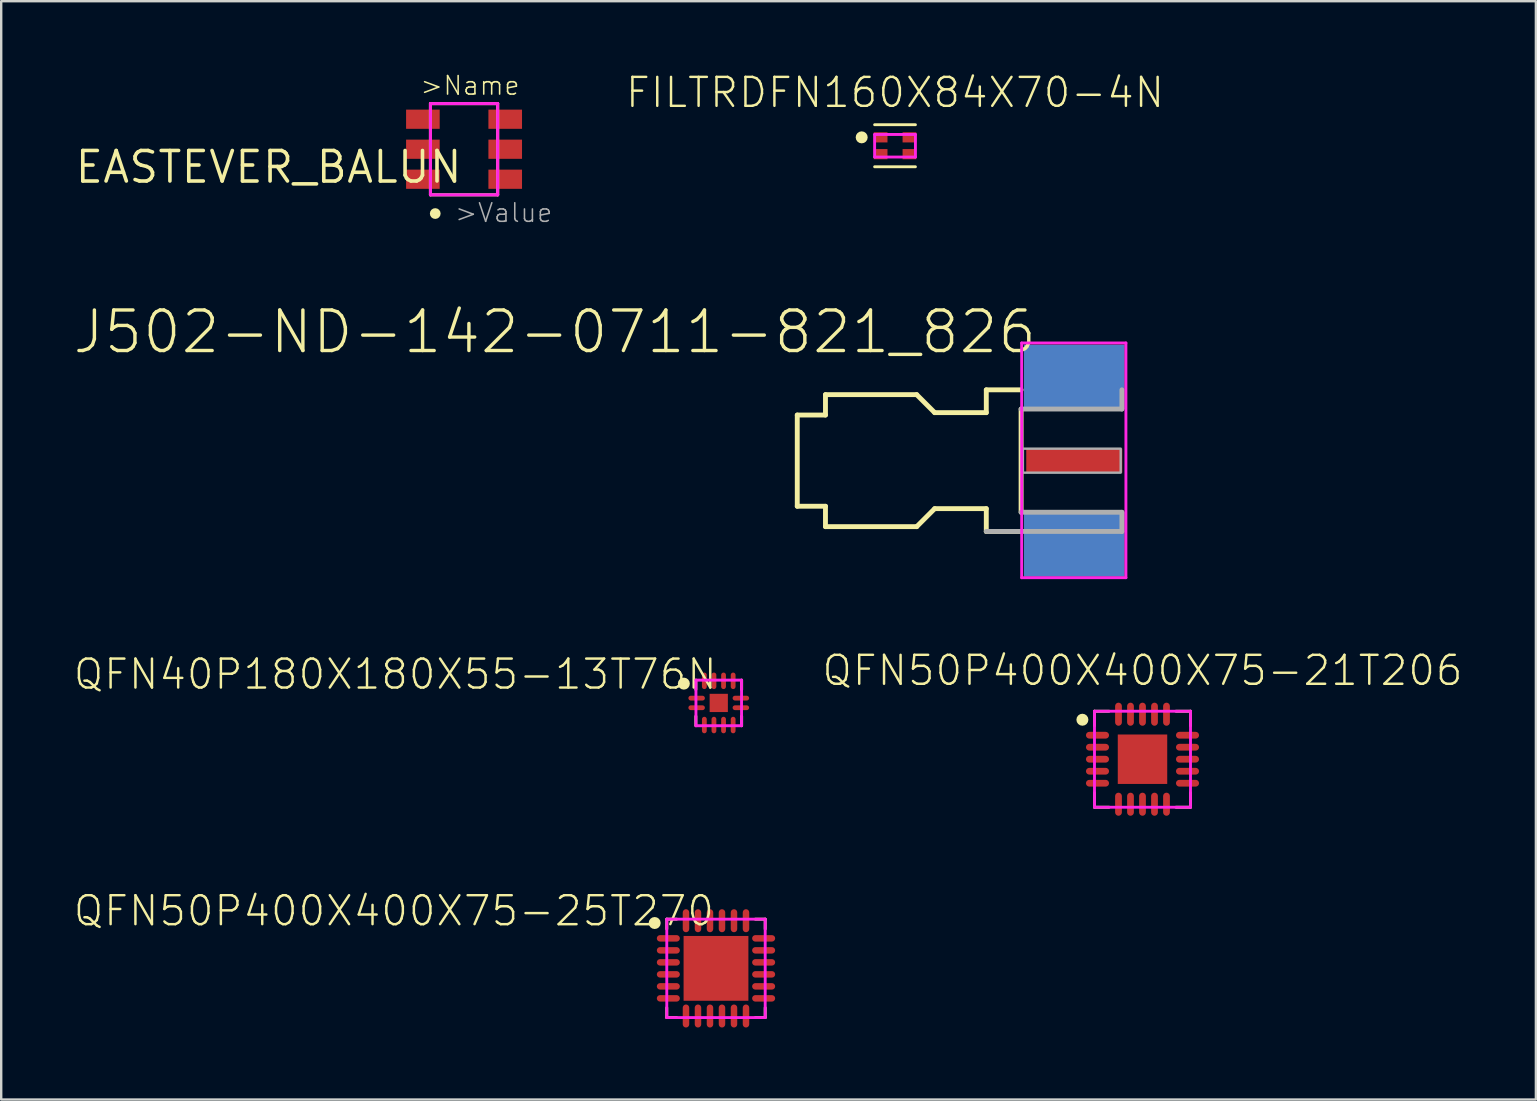
<source format=kicad_pcb>
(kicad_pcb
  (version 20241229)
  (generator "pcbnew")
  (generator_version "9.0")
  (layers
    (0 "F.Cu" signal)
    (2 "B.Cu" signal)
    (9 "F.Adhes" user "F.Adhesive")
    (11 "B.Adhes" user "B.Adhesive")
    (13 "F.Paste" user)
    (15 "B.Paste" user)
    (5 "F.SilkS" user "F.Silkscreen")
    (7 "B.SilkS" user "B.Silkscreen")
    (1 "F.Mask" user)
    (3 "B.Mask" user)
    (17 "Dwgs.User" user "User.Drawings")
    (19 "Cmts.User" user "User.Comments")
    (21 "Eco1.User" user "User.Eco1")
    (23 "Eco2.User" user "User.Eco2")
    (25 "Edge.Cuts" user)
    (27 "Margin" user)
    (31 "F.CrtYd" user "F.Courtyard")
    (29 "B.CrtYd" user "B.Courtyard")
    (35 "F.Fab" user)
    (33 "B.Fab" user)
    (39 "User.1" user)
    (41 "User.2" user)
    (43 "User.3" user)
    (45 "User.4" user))
  (footprint "QFN50P400X400X75-21T206"
    (layer "F.Cu")
    (at 44.548 28.58)
    (property "Reference" "QFN50P400X400X75-21T206" (at 0 -2.991 0) (layer "F.SilkS") (effects (font (size 1.206 1.206) (thickness 0.102)) (justify bottom)))
    (attr through_hole)
    (fp_line (start -2 -2) (end -1.395 -2) (stroke (width 0.12) (type solid)) (layer "F.SilkS"))
    (fp_line (start -2 -1.395) (end -2 -2) (stroke (width 0.12) (type solid)) (layer "F.SilkS"))
    (fp_line (start -2 1.395) (end -2 2) (stroke (width 0.12) (type solid)) (layer "F.SilkS"))
    (fp_line (start -2 2) (end -1.395 2) (stroke (width 0.12) (type solid)) (layer "F.SilkS"))
    (fp_line (start 2 -2) (end 1.395 -2) (stroke (width 0.12) (type solid)) (layer "F.SilkS"))
    (fp_line (start 2 -1.395) (end 2 -2) (stroke (width 0.12) (type solid)) (layer "F.SilkS"))
    (fp_line (start 2 1.395) (end 2 2) (stroke (width 0.12) (type solid)) (layer "F.SilkS"))
    (fp_line (start 2 2) (end 1.395 2) (stroke (width 0.12) (type solid)) (layer "F.SilkS"))
    (fp_circle (center -2.504 -1.645) (end -2.379 -1.645) (stroke (width 0.25) (type solid)) (fill no) (layer "F.SilkS"))
    (fp_line (start -2 -2) (end 2 -2) (stroke (width 0.12) (type solid)) (layer "F.CrtYd"))
    (fp_line (start -2 2) (end -2 -2) (stroke (width 0.12) (type solid)) (layer "F.CrtYd"))
    (fp_line (start 2 -2) (end 2 2) (stroke (width 0.12) (type solid)) (layer "F.CrtYd"))
    (fp_line (start 2 2) (end -2 2) (stroke (width 0.12) (type solid)) (layer "F.CrtYd"))
    (pad "1" smd roundrect (at -1.875 -1) (size 0.962 0.282) (layers "F.Cu" "F.Mask" "F.Paste") (roundrect_rratio 0.5))
    (pad "2" smd roundrect (at -1.875 -0.5) (size 0.962 0.282) (layers "F.Cu" "F.Mask" "F.Paste") (roundrect_rratio 0.5))
    (pad "3" smd roundrect (at -1.875 0) (size 0.962 0.282) (layers "F.Cu" "F.Mask" "F.Paste") (roundrect_rratio 0.5))
    (pad "4" smd roundrect (at -1.875 0.5) (size 0.962 0.282) (layers "F.Cu" "F.Mask" "F.Paste") (roundrect_rratio 0.5))
    (pad "5" smd roundrect (at -1.875 1) (size 0.962 0.282) (layers "F.Cu" "F.Mask" "F.Paste") (roundrect_rratio 0.5))
    (pad "6" smd roundrect (at -1 1.875 90) (size 0.962 0.282) (layers "F.Cu" "F.Mask" "F.Paste") (roundrect_rratio 0.5))
    (pad "7" smd roundrect (at -0.5 1.875 90) (size 0.962 0.282) (layers "F.Cu" "F.Mask" "F.Paste") (roundrect_rratio 0.5))
    (pad "8" smd roundrect (at 0 1.875 90) (size 0.962 0.282) (layers "F.Cu" "F.Mask" "F.Paste") (roundrect_rratio 0.5))
    (pad "9" smd roundrect (at 0.5 1.875 90) (size 0.962 0.282) (layers "F.Cu" "F.Mask" "F.Paste") (roundrect_rratio 0.5))
    (pad "10" smd roundrect (at 1 1.875 90) (size 0.962 0.282) (layers "F.Cu" "F.Mask" "F.Paste") (roundrect_rratio 0.5))
    (pad "11" smd roundrect (at 1.875 1) (size 0.962 0.282) (layers "F.Cu" "F.Mask" "F.Paste") (roundrect_rratio 0.5))
    (pad "12" smd roundrect (at 1.875 0.5) (size 0.962 0.282) (layers "F.Cu" "F.Mask" "F.Paste") (roundrect_rratio 0.5))
    (pad "13" smd roundrect (at 1.875 0) (size 0.962 0.282) (layers "F.Cu" "F.Mask" "F.Paste") (roundrect_rratio 0.5))
    (pad "14" smd roundrect (at 1.875 -0.5) (size 0.962 0.282) (layers "F.Cu" "F.Mask" "F.Paste") (roundrect_rratio 0.5))
    (pad "15" smd roundrect (at 1.875 -1) (size 0.962 0.282) (layers "F.Cu" "F.Mask" "F.Paste") (roundrect_rratio 0.5))
    (pad "16" smd roundrect (at 1 -1.875 90) (size 0.962 0.282) (layers "F.Cu" "F.Mask" "F.Paste") (roundrect_rratio 0.5))
    (pad "17" smd roundrect (at 0.5 -1.875 90) (size 0.962 0.282) (layers "F.Cu" "F.Mask" "F.Paste") (roundrect_rratio 0.5))
    (pad "18" smd roundrect (at 0 -1.875 90) (size 0.962 0.282) (layers "F.Cu" "F.Mask" "F.Paste") (roundrect_rratio 0.5))
    (pad "19" smd roundrect (at -0.5 -1.875 90) (size 0.962 0.282) (layers "F.Cu" "F.Mask" "F.Paste") (roundrect_rratio 0.5))
    (pad "20" smd roundrect (at -1 -1.875 90) (size 0.962 0.282) (layers "F.Cu" "F.Mask" "F.Paste") (roundrect_rratio 0.5))
    (pad "21" smd rect (at 0 0) (size 2.06 2.06) (layers "F.Cu" "F.Mask" "F.Paste")))
  (footprint "FILTRDFN160X84X70-4N"
    (layer "F.Cu")
    (at 34.238 3.022)
    (property "Reference" "FILTRDFN160X84X70-4N" (at 0 -1.511 0) (layer "F.SilkS") (effects (font (size 1.206 1.206) (thickness 0.102)) (justify bottom)))
    (attr through_hole)
    (fp_line (start 0.85 -0.876) (end -0.85 -0.876) (stroke (width 0.12) (type solid)) (layer "F.SilkS"))
    (fp_line (start 0.85 0.876) (end -0.85 0.876) (stroke (width 0.12) (type solid)) (layer "F.SilkS"))
    (fp_circle (center -1.389 -0.35) (end -1.264 -0.35) (stroke (width 0.25) (type solid)) (fill no) (layer "F.SilkS"))
    (fp_line (start -0.85 -0.47) (end 0.85 -0.47) (stroke (width 0.12) (type solid)) (layer "F.CrtYd"))
    (fp_line (start -0.85 0.47) (end -0.85 -0.47) (stroke (width 0.12) (type solid)) (layer "F.CrtYd"))
    (fp_line (start 0.85 -0.47) (end 0.85 0.47) (stroke (width 0.12) (type solid)) (layer "F.CrtYd"))
    (fp_line (start 0.85 0.47) (end -0.85 0.47) (stroke (width 0.12) (type solid)) (layer "F.CrtYd"))
    (pad "1" smd rect (at -0.6 -0.35) (size 0.571 0.424) (layers "F.Cu" "F.Mask" "F.Paste"))
    (pad "2" smd rect (at -0.6 0.35) (size 0.571 0.424) (layers "F.Cu" "F.Mask" "F.Paste"))
    (pad "3" smd rect (at 0.6 0.35) (size 0.571 0.424) (layers "F.Cu" "F.Mask" "F.Paste"))
    (pad "4" smd rect (at 0.6 -0.35) (size 0.571 0.424) (layers "F.Cu" "F.Mask" "F.Paste")))
  (footprint "QFN50P400X400X75-25T270"
    (layer "F.Cu")
    (at 26.779 37.293)
    (property "Reference" "QFN50P400X400X75-25T270" (at 0 -3.1 0) (layer "F.SilkS") (effects (font (size 1.206 1.206) (thickness 0.102)) (justify right top)))
    (attr through_hole)
    (fp_line (start -2.05 -2.05) (end -1.639 -2.05) (stroke (width 0.12) (type solid)) (layer "F.SilkS"))
    (fp_line (start -2.05 -1.639) (end -2.05 -2.05) (stroke (width 0.12) (type solid)) (layer "F.SilkS"))
    (fp_line (start -2.05 1.639) (end -2.05 2.05) (stroke (width 0.12) (type solid)) (layer "F.SilkS"))
    (fp_line (start -2.05 2.05) (end -1.639 2.05) (stroke (width 0.12) (type solid)) (layer "F.SilkS"))
    (fp_line (start 2.05 -2.05) (end 1.639 -2.05) (stroke (width 0.12) (type solid)) (layer "F.SilkS"))
    (fp_line (start 2.05 -1.639) (end 2.05 -2.05) (stroke (width 0.12) (type solid)) (layer "F.SilkS"))
    (fp_line (start 2.05 1.639) (end 2.05 2.05) (stroke (width 0.12) (type solid)) (layer "F.SilkS"))
    (fp_line (start 2.05 2.05) (end 1.639 2.05) (stroke (width 0.12) (type solid)) (layer "F.SilkS"))
    (fp_circle (center -2.554 -1.889) (end -2.429 -1.889) (stroke (width 0.25) (type solid)) (fill no) (layer "F.SilkS"))
    (fp_line (start -2.05 -2.05) (end 2.05 -2.05) (stroke (width 0.12) (type solid)) (layer "F.CrtYd"))
    (fp_line (start -2.05 2.05) (end -2.05 -2.05) (stroke (width 0.12) (type solid)) (layer "F.CrtYd"))
    (fp_line (start 2.05 -2.05) (end 2.05 2.05) (stroke (width 0.12) (type solid)) (layer "F.CrtYd"))
    (fp_line (start 2.05 2.05) (end -2.05 2.05) (stroke (width 0.12) (type solid)) (layer "F.CrtYd"))
    (pad "1" smd roundrect (at -1.985 -1.25) (size 0.96 0.27) (layers "F.Cu" "F.Mask" "F.Paste") (roundrect_rratio 0.5))
    (pad "2" smd roundrect (at -1.985 -0.75) (size 0.96 0.27) (layers "F.Cu" "F.Mask" "F.Paste") (roundrect_rratio 0.5))
    (pad "3" smd roundrect (at -1.985 -0.25) (size 0.96 0.27) (layers "F.Cu" "F.Mask" "F.Paste") (roundrect_rratio 0.5))
    (pad "4" smd roundrect (at -1.985 0.25) (size 0.96 0.27) (layers "F.Cu" "F.Mask" "F.Paste") (roundrect_rratio 0.5))
    (pad "5" smd roundrect (at -1.985 0.75) (size 0.96 0.27) (layers "F.Cu" "F.Mask" "F.Paste") (roundrect_rratio 0.5))
    (pad "6" smd roundrect (at -1.985 1.25) (size 0.96 0.27) (layers "F.Cu" "F.Mask" "F.Paste") (roundrect_rratio 0.5))
    (pad "7" smd roundrect (at -1.25 1.985 90) (size 0.96 0.27) (layers "F.Cu" "F.Mask" "F.Paste") (roundrect_rratio 0.5))
    (pad "8" smd roundrect (at -0.75 1.985 90) (size 0.96 0.27) (layers "F.Cu" "F.Mask" "F.Paste") (roundrect_rratio 0.5))
    (pad "9" smd roundrect (at -0.25 1.985 90) (size 0.96 0.27) (layers "F.Cu" "F.Mask" "F.Paste") (roundrect_rratio 0.5))
    (pad "10" smd roundrect (at 0.25 1.985 90) (size 0.96 0.27) (layers "F.Cu" "F.Mask" "F.Paste") (roundrect_rratio 0.5))
    (pad "11" smd roundrect (at 0.75 1.985 90) (size 0.96 0.27) (layers "F.Cu" "F.Mask" "F.Paste") (roundrect_rratio 0.5))
    (pad "12" smd roundrect (at 1.25 1.985 90) (size 0.96 0.27) (layers "F.Cu" "F.Mask" "F.Paste") (roundrect_rratio 0.5))
    (pad "13" smd roundrect (at 1.985 1.25) (size 0.96 0.27) (layers "F.Cu" "F.Mask" "F.Paste") (roundrect_rratio 0.5))
    (pad "14" smd roundrect (at 1.985 0.75) (size 0.96 0.27) (layers "F.Cu" "F.Mask" "F.Paste") (roundrect_rratio 0.5))
    (pad "15" smd roundrect (at 1.985 0.25) (size 0.96 0.27) (layers "F.Cu" "F.Mask" "F.Paste") (roundrect_rratio 0.5))
    (pad "16" smd roundrect (at 1.985 -0.25) (size 0.96 0.27) (layers "F.Cu" "F.Mask" "F.Paste") (roundrect_rratio 0.5))
    (pad "17" smd roundrect (at 1.985 -0.75) (size 0.96 0.27) (layers "F.Cu" "F.Mask" "F.Paste") (roundrect_rratio 0.5))
    (pad "18" smd roundrect (at 1.985 -1.25) (size 0.96 0.27) (layers "F.Cu" "F.Mask" "F.Paste") (roundrect_rratio 0.5))
    (pad "19" smd roundrect (at 1.25 -1.985 90) (size 0.96 0.27) (layers "F.Cu" "F.Mask" "F.Paste") (roundrect_rratio 0.5))
    (pad "20" smd roundrect (at 0.75 -1.985 90) (size 0.96 0.27) (layers "F.Cu" "F.Mask" "F.Paste") (roundrect_rratio 0.5))
    (pad "21" smd roundrect (at 0.25 -1.985 90) (size 0.96 0.27) (layers "F.Cu" "F.Mask" "F.Paste") (roundrect_rratio 0.5))
    (pad "22" smd roundrect (at -0.25 -1.985 90) (size 0.96 0.27) (layers "F.Cu" "F.Mask" "F.Paste") (roundrect_rratio 0.5))
    (pad "23" smd roundrect (at -0.75 -1.985 90) (size 0.96 0.27) (layers "F.Cu" "F.Mask" "F.Paste") (roundrect_rratio 0.5))
    (pad "24" smd roundrect (at -1.25 -1.985 90) (size 0.96 0.27) (layers "F.Cu" "F.Mask" "F.Paste") (roundrect_rratio 0.5))
    (pad "25" smd rect (at 0 0) (size 2.7 2.7) (layers "F.Cu" "F.Mask" "F.Paste")))
  (footprint "QFN40P180X180X55-13T76N"
    (layer "F.Cu")
    (at 26.894 26.235)
    (property "Reference" "QFN40P180X180X55-13T76N" (at 0 -1.9 0) (layer "F.SilkS") (effects (font (size 1.206 1.206) (thickness 0.102)) (justify right top)))
    (attr smd)
    (fp_line (start -0.954 -0.95) (end -0.954 -0.554) (stroke (width 0.12) (type solid)) (layer "F.SilkS"))
    (fp_line (start -0.954 0.95) (end -0.954 0.554) (stroke (width 0.12) (type solid)) (layer "F.SilkS"))
    (fp_line (start 0.954 -0.95) (end 0.954 -0.554) (stroke (width 0.12) (type solid)) (layer "F.SilkS"))
    (fp_line (start 0.954 0.95) (end 0.954 0.554) (stroke (width 0.12) (type solid)) (layer "F.SilkS"))
    (fp_circle (center -1.454 -0.804) (end -1.329 -0.804) (stroke (width 0.25) (type solid)) (fill no) (layer "F.SilkS"))
    (fp_line (start -0.95 -0.95) (end 0.95 -0.95) (stroke (width 0.12) (type solid)) (layer "F.CrtYd"))
    (fp_line (start -0.95 0.95) (end -0.95 -0.95) (stroke (width 0.12) (type solid)) (layer "F.CrtYd"))
    (fp_line (start 0.95 -0.95) (end 0.95 0.95) (stroke (width 0.12) (type solid)) (layer "F.CrtYd"))
    (fp_line (start 0.95 0.95) (end -0.95 0.95) (stroke (width 0.12) (type solid)) (layer "F.CrtYd"))
    (pad "1" smd roundrect (at -0.921 -0.2) (size 0.688 0.2) (layers "F.Cu" "F.Mask" "F.Paste") (roundrect_rratio 0.5))
    (pad "2" smd roundrect (at -0.921 0.2) (size 0.688 0.2) (layers "F.Cu" "F.Mask" "F.Paste") (roundrect_rratio 0.5))
    (pad "3" smd roundrect (at -0.6 0.921 90) (size 0.688 0.2) (layers "F.Cu" "F.Mask" "F.Paste") (roundrect_rratio 0.5))
    (pad "4" smd roundrect (at -0.2 0.921 90) (size 0.688 0.2) (layers "F.Cu" "F.Mask" "F.Paste") (roundrect_rratio 0.5))
    (pad "5" smd roundrect (at 0.2 0.921 90) (size 0.688 0.2) (layers "F.Cu" "F.Mask" "F.Paste") (roundrect_rratio 0.5))
    (pad "6" smd roundrect (at 0.6 0.921 90) (size 0.688 0.2) (layers "F.Cu" "F.Mask" "F.Paste") (roundrect_rratio 0.5))
    (pad "7" smd roundrect (at 0.921 0.2) (size 0.688 0.2) (layers "F.Cu" "F.Mask" "F.Paste") (roundrect_rratio 0.5))
    (pad "8" smd roundrect (at 0.921 -0.2) (size 0.688 0.2) (layers "F.Cu" "F.Mask" "F.Paste") (roundrect_rratio 0.5))
    (pad "9" smd roundrect (at 0.6 -0.921 90) (size 0.688 0.2) (layers "F.Cu" "F.Mask" "F.Paste") (roundrect_rratio 0.5))
    (pad "10" smd roundrect (at 0.2 -0.921 90) (size 0.688 0.2) (layers "F.Cu" "F.Mask" "F.Paste") (roundrect_rratio 0.5))
    (pad "11" smd roundrect (at -0.2 -0.921 90) (size 0.688 0.2) (layers "F.Cu" "F.Mask" "F.Paste") (roundrect_rratio 0.5))
    (pad "12" smd roundrect (at -0.6 -0.921 90) (size 0.688 0.2) (layers "F.Cu" "F.Mask" "F.Paste") (roundrect_rratio 0.5))
    (pad "13" smd rect (at 0 0) (size 0.76 0.76) (layers "F.Cu" "F.Mask" "F.Paste")))
  (footprint "EASTEVER_BALUN"
    (layer "F.Cu")
    (at 16.283 3.167)
    (property "Reference" "EASTEVER_BALUN" (at 0 0 0) (layer "F.SilkS") (effects (font (size 1.27 1.27) (thickness 0.15)) (justify right top)))
    (attr through_hole)
    (fp_line (start -1.4 -1.9) (end 1.4 -1.9) (stroke (width 0.127) (type solid)) (layer "F.SilkS"))
    (fp_line (start -1.4 1.9) (end -1.4 -1.9) (stroke (width 0.127) (type solid)) (layer "F.SilkS"))
    (fp_line (start 1.4 -1.9) (end 1.4 1.9) (stroke (width 0.127) (type solid)) (layer "F.SilkS"))
    (fp_line (start 1.4 1.9) (end -1.4 1.9) (stroke (width 0.127) (type solid)) (layer "F.SilkS"))
    (fp_circle (center -1.2 2.68) (end -1.088 2.68) (stroke (width 0.224) (type solid)) (fill no) (layer "F.SilkS"))
    (fp_line (start -1.4 -1.9) (end 1.4 -1.9) (stroke (width 0.127) (type solid)) (layer "F.CrtYd"))
    (fp_line (start -1.4 1.9) (end -1.4 -1.9) (stroke (width 0.127) (type solid)) (layer "F.CrtYd"))
    (fp_line (start 1.4 -1.9) (end 1.4 1.9) (stroke (width 0.127) (type solid)) (layer "F.CrtYd"))
    (fp_line (start 1.4 1.9) (end -1.4 1.9) (stroke (width 0.127) (type solid)) (layer "F.CrtYd"))
    (fp_text user ">Name" (at -1.87 -2.2 0) (layer "F.SilkS") (effects (font (size 0.772 0.772) (thickness 0.065)) (justify left bottom)))
    (fp_text user ">Value" (at -0.43 3.1 0) (layer "F.Fab") (effects (font (size 0.772 0.772) (thickness 0.065)) (justify left bottom)))
    (pad "1" smd rect (at -1.715 1.25) (size 1.4 0.8) (layers "F.Cu" "F.Mask" "F.Paste"))
    (pad "2" smd rect (at -1.715 0) (size 1.4 0.8) (layers "F.Cu" "F.Mask" "F.Paste"))
    (pad "3" smd rect (at -1.715 -1.25) (size 1.4 0.8) (layers "F.Cu" "F.Mask" "F.Paste"))
    (pad "4" smd rect (at 1.715 -1.25) (size 1.4 0.8) (layers "F.Cu" "F.Mask" "F.Paste"))
    (pad "5" smd rect (at 1.715 0) (size 1.4 0.8) (layers "F.Cu" "F.Mask" "F.Paste"))
    (pad "6" smd rect (at 1.715 1.25) (size 1.4 0.8) (layers "F.Cu" "F.Mask" "F.Paste")))
  (footprint "J502-ND-142-0711-821_826"
    (layer "F.Cu")
    (at 39.59 16.141)
    (property "Reference" "J502-ND-142-0711-821_826" (at 0.635 -6.35 0) (layer "F.SilkS") (effects (font (size 1.689 1.689) (thickness 0.142)) (justify right top)))
    (attr smd)
    (fp_line (start -9.425 -1.9) (end -8.25 -1.9) (stroke (width 0.203) (type solid)) (layer "F.SilkS"))
    (fp_line (start -9.425 1.9) (end -9.425 -1.9) (stroke (width 0.203) (type solid)) (layer "F.SilkS"))
    (fp_line (start -8.25 -2.75) (end -4.45 -2.75) (stroke (width 0.203) (type solid)) (layer "F.SilkS"))
    (fp_line (start -8.25 -1.9) (end -8.25 -2.75) (stroke (width 0.203) (type solid)) (layer "F.SilkS"))
    (fp_line (start -8.25 1.9) (end -9.425 1.9) (stroke (width 0.203) (type solid)) (layer "F.SilkS"))
    (fp_line (start -8.25 2.75) (end -8.25 1.9) (stroke (width 0.203) (type solid)) (layer "F.SilkS"))
    (fp_line (start -4.45 -2.75) (end -3.7 -2) (stroke (width 0.203) (type solid)) (layer "F.SilkS"))
    (fp_line (start -4.45 2.75) (end -8.25 2.75) (stroke (width 0.203) (type solid)) (layer "F.SilkS"))
    (fp_line (start -3.7 -2) (end -1.55 -2) (stroke (width 0.203) (type solid)) (layer "F.SilkS"))
    (fp_line (start -3.7 2) (end -4.45 2.75) (stroke (width 0.203) (type solid)) (layer "F.SilkS"))
    (fp_line (start -1.55 -2.95) (end -0.1 -2.95) (stroke (width 0.203) (type solid)) (layer "F.SilkS"))
    (fp_line (start -1.55 -2) (end -1.55 -2.95) (stroke (width 0.203) (type solid)) (layer "F.SilkS"))
    (fp_line (start -1.55 2) (end -3.7 2) (stroke (width 0.203) (type solid)) (layer "F.SilkS"))
    (fp_line (start -1.55 2.95) (end -1.55 2) (stroke (width 0.203) (type solid)) (layer "F.SilkS"))
    (fp_line (start -0.1 2.15) (end -0.1 -2.15) (stroke (width 0.203) (type solid)) (layer "F.SilkS"))
    (fp_line (start -0.1 2.95) (end -1.55 2.95) (stroke (width 0.203) (type solid)) (layer "F.SilkS"))
    (fp_line (start -0.076 -4.902) (end 4.267 -4.902) (stroke (width 0.12) (type solid)) (layer "F.CrtYd"))
    (fp_line (start -0.076 4.877) (end -0.076 -4.902) (stroke (width 0.12) (type solid)) (layer "F.CrtYd"))
    (fp_line (start 4.267 -4.902) (end 4.267 4.877) (stroke (width 0.12) (type solid)) (layer "F.CrtYd"))
    (fp_line (start 4.267 4.877) (end -0.076 4.877) (stroke (width 0.12) (type solid)) (layer "F.CrtYd"))
    (fp_line (start -0.1 -2.15) (end 4.1 -2.15) (stroke (width 0.203) (type solid)) (layer "F.Fab"))
    (fp_line (start 4.1 -2.15) (end 4.1 -2.95) (stroke (width 0.203) (type solid)) (layer "F.Fab"))
    (fp_line (start 4.1 2.15) (end -0.1 2.15) (stroke (width 0.203) (type solid)) (layer "F.Fab"))
    (fp_line (start 4.1 2.95) (end -1.55 2.95) (stroke (width 0.203) (type solid)) (layer "F.Fab"))
    (fp_line (start 4.1 2.95) (end 4.1 2.15) (stroke (width 0.203) (type solid)) (layer "F.Fab"))
    (fp_poly (pts (xy -0.025 0.5) (xy 4.05 0.5) (xy 4.05 -0.5) (xy -0.025 -0.5)) (stroke (width 0.1) (type solid)) (fill no) (layer "F.Fab"))
    (pad "1" smd rect (at 2.115 0) (size 4 1) (layers "F.Cu" "F.Mask" "F.Paste"))
    (pad "G@1" smd rect (at 2.115 -3.495) (size 4.191 2.667) (layers "F.Cu" "F.Mask" "F.Paste"))
    (pad "G@2" smd rect (at 2.115 3.495) (size 4.191 2.667) (layers "F.Cu" "F.Mask" "F.Paste"))
    (pad "G@3" smd rect (at 2.115 -3.495) (size 4.191 2.667) (layers "B.Cu" "B.Mask" "B.Paste"))
    (pad "G@4" smd rect (at 2.115 3.495) (size 4.191 2.667) (layers "B.Cu" "B.Mask" "B.Paste")))
  (gr_rect
    (start -3 -3)
    (end 60.937 42.757)
    (stroke (width 0.1) (type default))
    (fill no)
    (layer "Edge.Cuts")))
</source>
